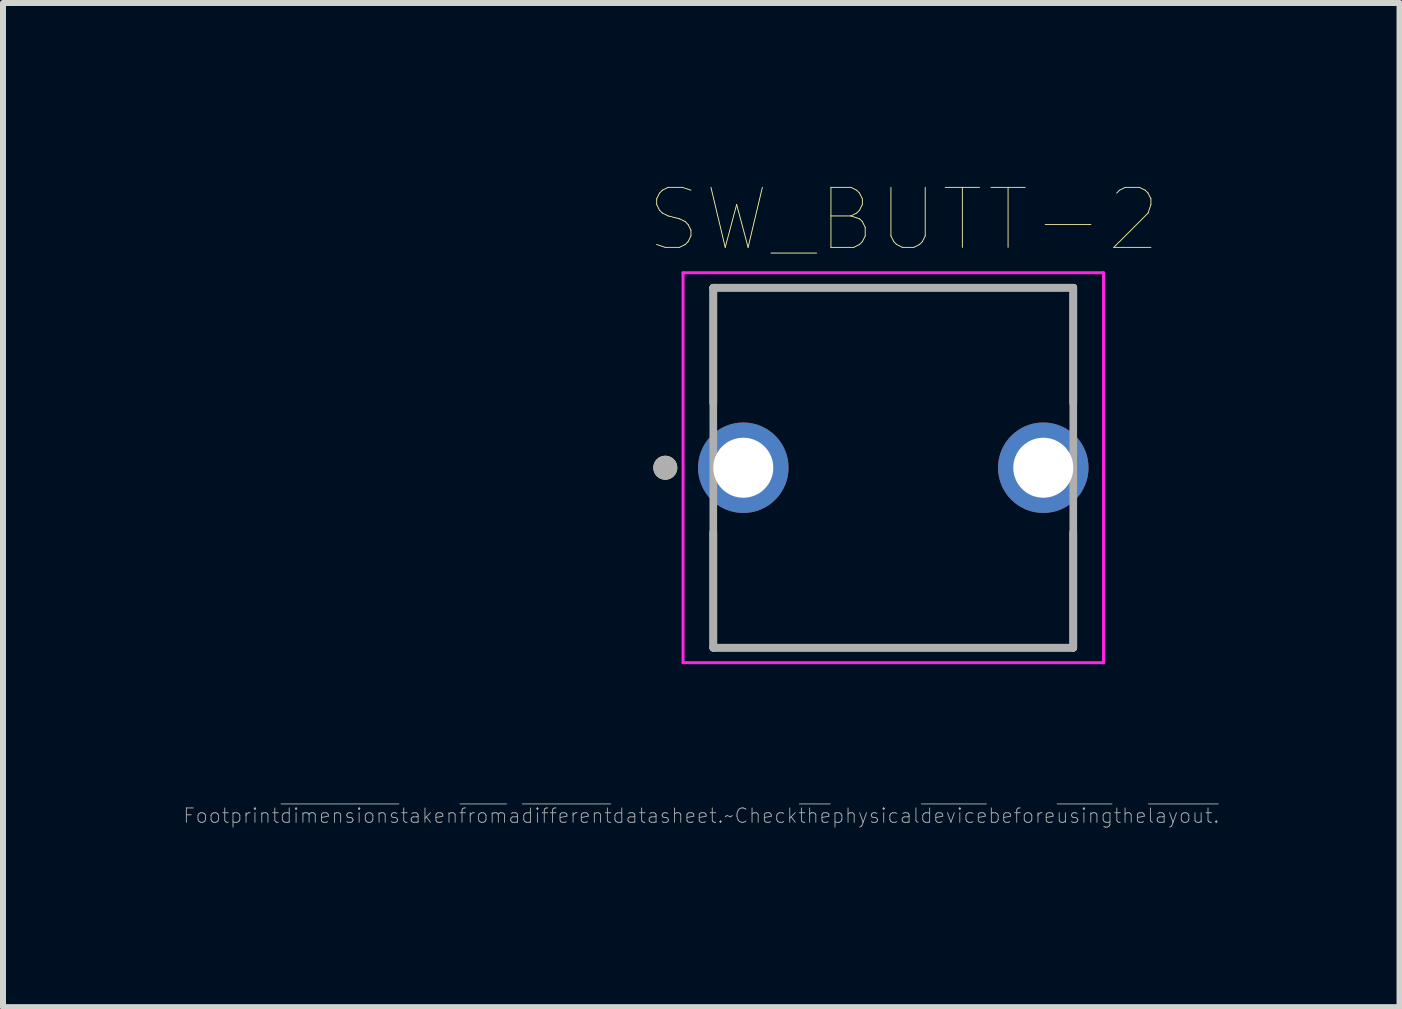
<source format=kicad_pcb>
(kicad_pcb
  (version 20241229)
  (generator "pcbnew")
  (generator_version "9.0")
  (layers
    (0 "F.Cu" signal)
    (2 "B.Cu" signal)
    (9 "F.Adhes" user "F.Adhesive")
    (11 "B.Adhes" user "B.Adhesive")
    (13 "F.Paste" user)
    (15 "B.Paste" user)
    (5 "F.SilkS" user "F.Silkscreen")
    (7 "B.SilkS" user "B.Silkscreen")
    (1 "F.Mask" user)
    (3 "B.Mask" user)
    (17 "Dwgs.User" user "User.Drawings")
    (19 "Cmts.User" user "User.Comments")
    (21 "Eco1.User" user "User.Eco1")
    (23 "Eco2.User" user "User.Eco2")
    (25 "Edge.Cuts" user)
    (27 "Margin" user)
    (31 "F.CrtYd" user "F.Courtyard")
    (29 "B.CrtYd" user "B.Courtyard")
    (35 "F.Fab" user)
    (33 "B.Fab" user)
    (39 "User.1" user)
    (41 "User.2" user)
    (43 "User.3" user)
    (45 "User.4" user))
  (footprint "SW_BUTT-2"
    (layer "F.Cu")
    (at 11.839 4.746)
    (property "Reference" "SW_BUTT-2" (at 0.175 -4.135 0) (layer "F.SilkS") (effects (font (size 1 1) (thickness 0.015))))
    (attr through_hole)
    (fp_line (start -3 -3) (end 3 -3) (stroke (width 0.127) (type solid)) (layer "F.SilkS"))
    (fp_line (start -3 -1.075) (end -3 -3) (stroke (width 0.127) (type solid)) (layer "F.SilkS"))
    (fp_line (start -3 3) (end -3 1.075) (stroke (width 0.127) (type solid)) (layer "F.SilkS"))
    (fp_line (start 3 -3) (end 3 -1.075) (stroke (width 0.127) (type solid)) (layer "F.SilkS"))
    (fp_line (start 3 1.075) (end 3 3) (stroke (width 0.127) (type solid)) (layer "F.SilkS"))
    (fp_line (start 3 3) (end -3 3) (stroke (width 0.127) (type solid)) (layer "F.SilkS"))
    (fp_circle (center -3.8 0) (end -3.7 0) (stroke (width 0.2) (type solid)) (fill no) (layer "F.SilkS"))
    (fp_line (start -3.504 -3.25) (end 3.504 -3.25) (stroke (width 0.05) (type solid)) (layer "F.CrtYd"))
    (fp_line (start -3.504 3.25) (end -3.504 -3.25) (stroke (width 0.05) (type solid)) (layer "F.CrtYd"))
    (fp_line (start 3.504 -3.25) (end 3.504 3.25) (stroke (width 0.05) (type solid)) (layer "F.CrtYd"))
    (fp_line (start 3.504 3.25) (end -3.504 3.25) (stroke (width 0.05) (type solid)) (layer "F.CrtYd"))
    (fp_line (start -3 -3) (end -3 3) (stroke (width 0.127) (type solid)) (layer "F.Fab"))
    (fp_line (start -3 3) (end 3 3) (stroke (width 0.127) (type solid)) (layer "F.Fab"))
    (fp_line (start 3 -3) (end -3 -3) (stroke (width 0.127) (type solid)) (layer "F.Fab"))
    (fp_line (start 3 3) (end 3 -3) (stroke (width 0.127) (type solid)) (layer "F.Fab"))
    (fp_circle (center -3.8 0) (end -3.7 0) (stroke (width 0.2) (type solid)) (fill no) (layer "F.Fab"))
    (fp_text user "Footprint~{dimensions}taken~{from}a~{different}datasheet.~Check~{the}physical~{device}before~{using}the~{layout.}" (at -3.2 5.8 0) (layer "F.Fab") (effects (font (size 0.24 0.24) (thickness 0.015))))
    (pad "1" thru_hole circle (at -2.5 0) (size 1.508 1.508) (drill 1) (layers "*.Cu" "*.Mask"))
    (pad "2" thru_hole circle (at 2.5 0) (size 1.508 1.508) (drill 1) (layers "*.Cu" "*.Mask")))
  (gr_rect
    (start -3 -3)
    (end 20.277 13.737)
    (stroke (width 0.1) (type default))
    (fill no)
    (layer "Edge.Cuts")))
</source>
